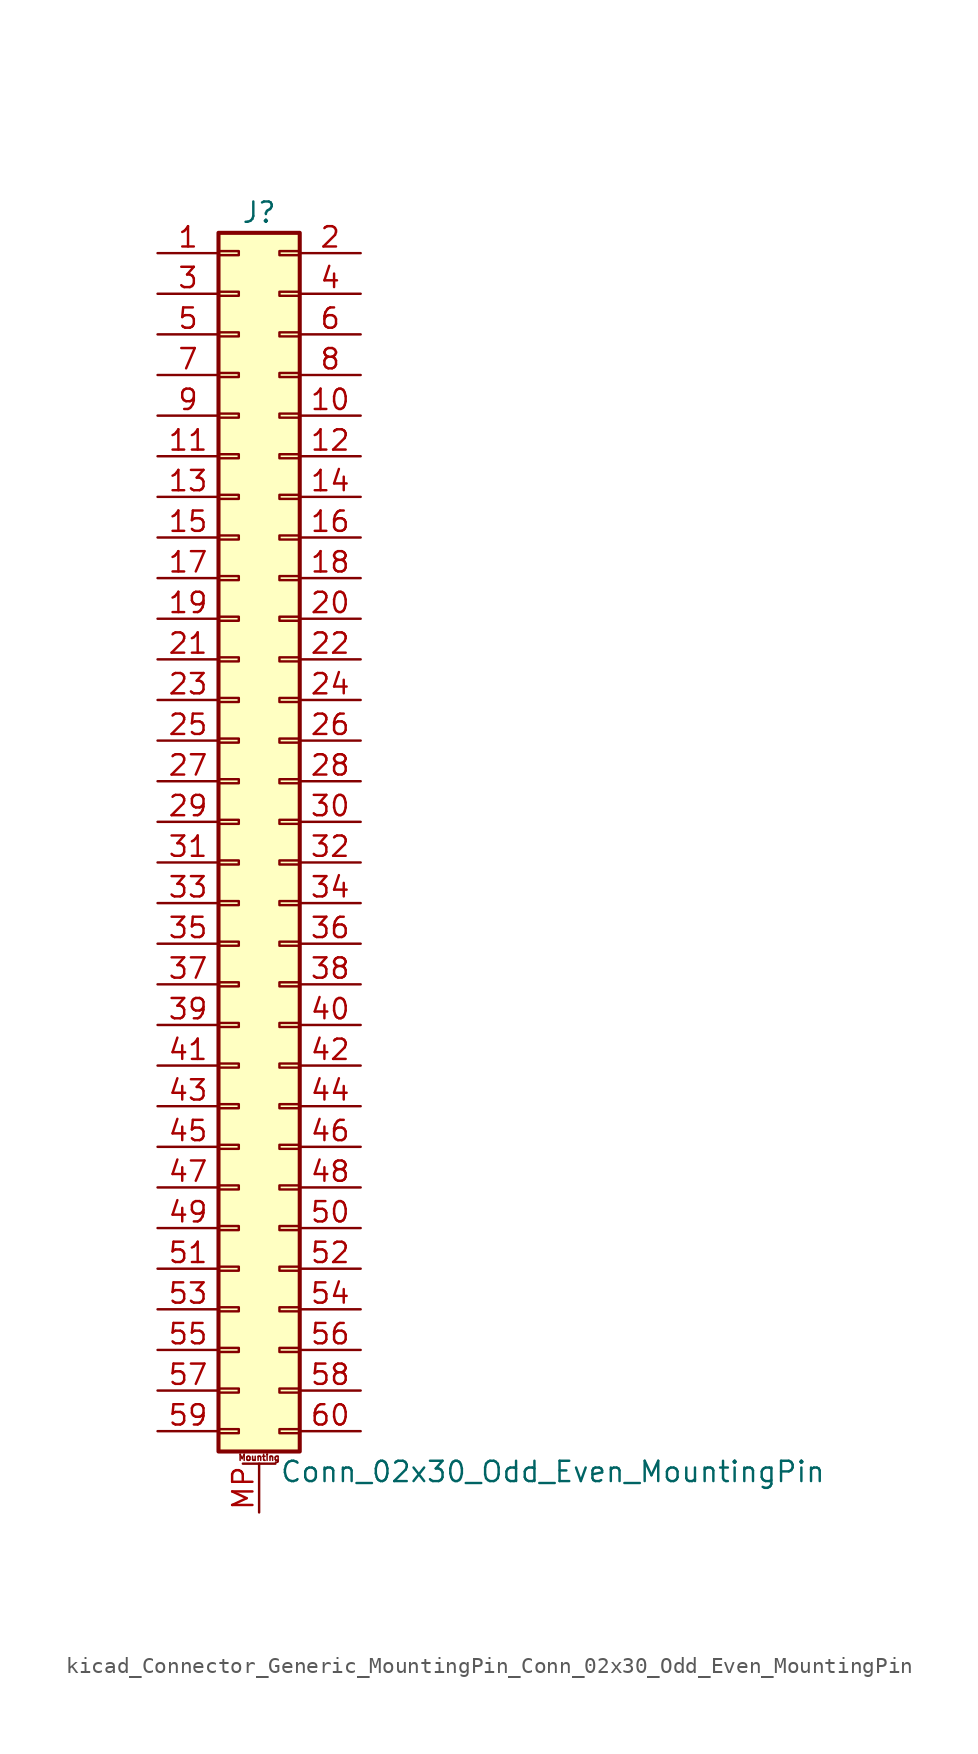
<source format=kicad_sym>
(kicad_symbol_lib
  (version 20220914)
  (generator kicad_symbol_editor)
  (symbol "kicad_Connector_Generic_MountingPin_Conn_02x30_Odd_Even_MountingPin"
    (pin_names
      (offset 1.016) hide)
    (property "Reference" "J"
      (at 1.27 38.1 0)
      (effects (font (size 1.27 1.27))))
    (property "Value" "Conn_02x30_Odd_Even_MountingPin"
      (at 2.54 -40.64 0)
      (effects (font (size 1.27 1.27)) (justify left)))
    (symbol "kicad_Connector_Generic_MountingPin_Conn_02x30_Odd_Even_MountingPin_1_1"
      (rectangle (start -1.27 -37.973) (end 0 -38.227) (stroke (width 0.152) (type default)) (fill (type none)))
      (rectangle (start -1.27 -35.433) (end 0 -35.687) (stroke (width 0.152) (type default)) (fill (type none)))
      (rectangle (start -1.27 -32.893) (end 0 -33.147) (stroke (width 0.152) (type default)) (fill (type none)))
      (rectangle (start -1.27 -30.353) (end 0 -30.607) (stroke (width 0.152) (type default)) (fill (type none)))
      (rectangle (start -1.27 -27.813) (end 0 -28.067) (stroke (width 0.152) (type default)) (fill (type none)))
      (rectangle (start -1.27 -25.273) (end 0 -25.527) (stroke (width 0.152) (type default)) (fill (type none)))
      (rectangle (start -1.27 -22.733) (end 0 -22.987) (stroke (width 0.152) (type default)) (fill (type none)))
      (rectangle (start -1.27 -20.193) (end 0 -20.447) (stroke (width 0.152) (type default)) (fill (type none)))
      (rectangle (start -1.27 -17.653) (end 0 -17.907) (stroke (width 0.152) (type default)) (fill (type none)))
      (rectangle (start -1.27 -15.113) (end 0 -15.367) (stroke (width 0.152) (type default)) (fill (type none)))
      (rectangle (start -1.27 -12.573) (end 0 -12.827) (stroke (width 0.152) (type default)) (fill (type none)))
      (rectangle (start -1.27 -10.033) (end 0 -10.287) (stroke (width 0.152) (type default)) (fill (type none)))
      (rectangle (start -1.27 -7.493) (end 0 -7.747) (stroke (width 0.152) (type default)) (fill (type none)))
      (rectangle (start -1.27 -4.953) (end 0 -5.207) (stroke (width 0.152) (type default)) (fill (type none)))
      (rectangle (start -1.27 -2.413) (end 0 -2.667) (stroke (width 0.152) (type default)) (fill (type none)))
      (rectangle (start -1.27 0.127) (end 0 -0.127) (stroke (width 0.152) (type default)) (fill (type none)))
      (rectangle (start -1.27 2.667) (end 0 2.413) (stroke (width 0.152) (type default)) (fill (type none)))
      (rectangle (start -1.27 5.207) (end 0 4.953) (stroke (width 0.152) (type default)) (fill (type none)))
      (rectangle (start -1.27 7.747) (end 0 7.493) (stroke (width 0.152) (type default)) (fill (type none)))
      (rectangle (start -1.27 10.287) (end 0 10.033) (stroke (width 0.152) (type default)) (fill (type none)))
      (rectangle (start -1.27 12.827) (end 0 12.573) (stroke (width 0.152) (type default)) (fill (type none)))
      (rectangle (start -1.27 15.367) (end 0 15.113) (stroke (width 0.152) (type default)) (fill (type none)))
      (rectangle (start -1.27 17.907) (end 0 17.653) (stroke (width 0.152) (type default)) (fill (type none)))
      (rectangle (start -1.27 20.447) (end 0 20.193) (stroke (width 0.152) (type default)) (fill (type none)))
      (rectangle (start -1.27 22.987) (end 0 22.733) (stroke (width 0.152) (type default)) (fill (type none)))
      (rectangle (start -1.27 25.527) (end 0 25.273) (stroke (width 0.152) (type default)) (fill (type none)))
      (rectangle (start -1.27 28.067) (end 0 27.813) (stroke (width 0.152) (type default)) (fill (type none)))
      (rectangle (start -1.27 30.607) (end 0 30.353) (stroke (width 0.152) (type default)) (fill (type none)))
      (rectangle (start -1.27 33.147) (end 0 32.893) (stroke (width 0.152) (type default)) (fill (type none)))
      (rectangle (start -1.27 35.687) (end 0 35.433) (stroke (width 0.152) (type default)) (fill (type none)))
      (rectangle (start -1.27 36.83) (end 3.81 -39.37) (stroke (width 0.254) (type default)) (fill (type background)))
      (polyline (pts (xy 0.254 -40.132) (xy 2.286 -40.132)) (stroke (width 0.152) (type default)) (fill (type none)))
      (rectangle (start 3.81 -37.973) (end 2.54 -38.227) (stroke (width 0.152) (type default)) (fill (type none)))
      (rectangle (start 3.81 -35.433) (end 2.54 -35.687) (stroke (width 0.152) (type default)) (fill (type none)))
      (rectangle (start 3.81 -32.893) (end 2.54 -33.147) (stroke (width 0.152) (type default)) (fill (type none)))
      (rectangle (start 3.81 -30.353) (end 2.54 -30.607) (stroke (width 0.152) (type default)) (fill (type none)))
      (rectangle (start 3.81 -27.813) (end 2.54 -28.067) (stroke (width 0.152) (type default)) (fill (type none)))
      (rectangle (start 3.81 -25.273) (end 2.54 -25.527) (stroke (width 0.152) (type default)) (fill (type none)))
      (rectangle (start 3.81 -22.733) (end 2.54 -22.987) (stroke (width 0.152) (type default)) (fill (type none)))
      (rectangle (start 3.81 -20.193) (end 2.54 -20.447) (stroke (width 0.152) (type default)) (fill (type none)))
      (rectangle (start 3.81 -17.653) (end 2.54 -17.907) (stroke (width 0.152) (type default)) (fill (type none)))
      (rectangle (start 3.81 -15.113) (end 2.54 -15.367) (stroke (width 0.152) (type default)) (fill (type none)))
      (rectangle (start 3.81 -12.573) (end 2.54 -12.827) (stroke (width 0.152) (type default)) (fill (type none)))
      (rectangle (start 3.81 -10.033) (end 2.54 -10.287) (stroke (width 0.152) (type default)) (fill (type none)))
      (rectangle (start 3.81 -7.493) (end 2.54 -7.747) (stroke (width 0.152) (type default)) (fill (type none)))
      (rectangle (start 3.81 -4.953) (end 2.54 -5.207) (stroke (width 0.152) (type default)) (fill (type none)))
      (rectangle (start 3.81 -2.413) (end 2.54 -2.667) (stroke (width 0.152) (type default)) (fill (type none)))
      (rectangle (start 3.81 0.127) (end 2.54 -0.127) (stroke (width 0.152) (type default)) (fill (type none)))
      (rectangle (start 3.81 2.667) (end 2.54 2.413) (stroke (width 0.152) (type default)) (fill (type none)))
      (rectangle (start 3.81 5.207) (end 2.54 4.953) (stroke (width 0.152) (type default)) (fill (type none)))
      (rectangle (start 3.81 7.747) (end 2.54 7.493) (stroke (width 0.152) (type default)) (fill (type none)))
      (rectangle (start 3.81 10.287) (end 2.54 10.033) (stroke (width 0.152) (type default)) (fill (type none)))
      (rectangle (start 3.81 12.827) (end 2.54 12.573) (stroke (width 0.152) (type default)) (fill (type none)))
      (rectangle (start 3.81 15.367) (end 2.54 15.113) (stroke (width 0.152) (type default)) (fill (type none)))
      (rectangle (start 3.81 17.907) (end 2.54 17.653) (stroke (width 0.152) (type default)) (fill (type none)))
      (rectangle (start 3.81 20.447) (end 2.54 20.193) (stroke (width 0.152) (type default)) (fill (type none)))
      (rectangle (start 3.81 22.987) (end 2.54 22.733) (stroke (width 0.152) (type default)) (fill (type none)))
      (rectangle (start 3.81 25.527) (end 2.54 25.273) (stroke (width 0.152) (type default)) (fill (type none)))
      (rectangle (start 3.81 28.067) (end 2.54 27.813) (stroke (width 0.152) (type default)) (fill (type none)))
      (rectangle (start 3.81 30.607) (end 2.54 30.353) (stroke (width 0.152) (type default)) (fill (type none)))
      (rectangle (start 3.81 33.147) (end 2.54 32.893) (stroke (width 0.152) (type default)) (fill (type none)))
      (rectangle (start 3.81 35.687) (end 2.54 35.433) (stroke (width 0.152) (type default)) (fill (type none)))
      (text "Mounting" (at 1.27 -39.751 0) (effects (font (size 0.381 0.381))))
      (pin passive line (at -5.08 35.56 0) (length 3.81) (name "Pin_1" (effects (font (size 1.27 1.27)))) (number "1" (effects (font (size 1.27 1.27)))))
      (pin passive line (at 7.62 25.4 180) (length 3.81) (name "Pin_10" (effects (font (size 1.27 1.27)))) (number "10" (effects (font (size 1.27 1.27)))))
      (pin passive line (at -5.08 22.86 0) (length 3.81) (name "Pin_11" (effects (font (size 1.27 1.27)))) (number "11" (effects (font (size 1.27 1.27)))))
      (pin passive line (at 7.62 22.86 180) (length 3.81) (name "Pin_12" (effects (font (size 1.27 1.27)))) (number "12" (effects (font (size 1.27 1.27)))))
      (pin passive line (at -5.08 20.32 0) (length 3.81) (name "Pin_13" (effects (font (size 1.27 1.27)))) (number "13" (effects (font (size 1.27 1.27)))))
      (pin passive line (at 7.62 20.32 180) (length 3.81) (name "Pin_14" (effects (font (size 1.27 1.27)))) (number "14" (effects (font (size 1.27 1.27)))))
      (pin passive line (at -5.08 17.78 0) (length 3.81) (name "Pin_15" (effects (font (size 1.27 1.27)))) (number "15" (effects (font (size 1.27 1.27)))))
      (pin passive line (at 7.62 17.78 180) (length 3.81) (name "Pin_16" (effects (font (size 1.27 1.27)))) (number "16" (effects (font (size 1.27 1.27)))))
      (pin passive line (at -5.08 15.24 0) (length 3.81) (name "Pin_17" (effects (font (size 1.27 1.27)))) (number "17" (effects (font (size 1.27 1.27)))))
      (pin passive line (at 7.62 15.24 180) (length 3.81) (name "Pin_18" (effects (font (size 1.27 1.27)))) (number "18" (effects (font (size 1.27 1.27)))))
      (pin passive line (at -5.08 12.7 0) (length 3.81) (name "Pin_19" (effects (font (size 1.27 1.27)))) (number "19" (effects (font (size 1.27 1.27)))))
      (pin passive line (at 7.62 35.56 180) (length 3.81) (name "Pin_2" (effects (font (size 1.27 1.27)))) (number "2" (effects (font (size 1.27 1.27)))))
      (pin passive line (at 7.62 12.7 180) (length 3.81) (name "Pin_20" (effects (font (size 1.27 1.27)))) (number "20" (effects (font (size 1.27 1.27)))))
      (pin passive line (at -5.08 10.16 0) (length 3.81) (name "Pin_21" (effects (font (size 1.27 1.27)))) (number "21" (effects (font (size 1.27 1.27)))))
      (pin passive line (at 7.62 10.16 180) (length 3.81) (name "Pin_22" (effects (font (size 1.27 1.27)))) (number "22" (effects (font (size 1.27 1.27)))))
      (pin passive line (at -5.08 7.62 0) (length 3.81) (name "Pin_23" (effects (font (size 1.27 1.27)))) (number "23" (effects (font (size 1.27 1.27)))))
      (pin passive line (at 7.62 7.62 180) (length 3.81) (name "Pin_24" (effects (font (size 1.27 1.27)))) (number "24" (effects (font (size 1.27 1.27)))))
      (pin passive line (at -5.08 5.08 0) (length 3.81) (name "Pin_25" (effects (font (size 1.27 1.27)))) (number "25" (effects (font (size 1.27 1.27)))))
      (pin passive line (at 7.62 5.08 180) (length 3.81) (name "Pin_26" (effects (font (size 1.27 1.27)))) (number "26" (effects (font (size 1.27 1.27)))))
      (pin passive line (at -5.08 2.54 0) (length 3.81) (name "Pin_27" (effects (font (size 1.27 1.27)))) (number "27" (effects (font (size 1.27 1.27)))))
      (pin passive line (at 7.62 2.54 180) (length 3.81) (name "Pin_28" (effects (font (size 1.27 1.27)))) (number "28" (effects (font (size 1.27 1.27)))))
      (pin passive line (at -5.08 0 0) (length 3.81) (name "Pin_29" (effects (font (size 1.27 1.27)))) (number "29" (effects (font (size 1.27 1.27)))))
      (pin passive line (at -5.08 33.02 0) (length 3.81) (name "Pin_3" (effects (font (size 1.27 1.27)))) (number "3" (effects (font (size 1.27 1.27)))))
      (pin passive line (at 7.62 0 180) (length 3.81) (name "Pin_30" (effects (font (size 1.27 1.27)))) (number "30" (effects (font (size 1.27 1.27)))))
      (pin passive line (at -5.08 -2.54 0) (length 3.81) (name "Pin_31" (effects (font (size 1.27 1.27)))) (number "31" (effects (font (size 1.27 1.27)))))
      (pin passive line (at 7.62 -2.54 180) (length 3.81) (name "Pin_32" (effects (font (size 1.27 1.27)))) (number "32" (effects (font (size 1.27 1.27)))))
      (pin passive line (at -5.08 -5.08 0) (length 3.81) (name "Pin_33" (effects (font (size 1.27 1.27)))) (number "33" (effects (font (size 1.27 1.27)))))
      (pin passive line (at 7.62 -5.08 180) (length 3.81) (name "Pin_34" (effects (font (size 1.27 1.27)))) (number "34" (effects (font (size 1.27 1.27)))))
      (pin passive line (at -5.08 -7.62 0) (length 3.81) (name "Pin_35" (effects (font (size 1.27 1.27)))) (number "35" (effects (font (size 1.27 1.27)))))
      (pin passive line (at 7.62 -7.62 180) (length 3.81) (name "Pin_36" (effects (font (size 1.27 1.27)))) (number "36" (effects (font (size 1.27 1.27)))))
      (pin passive line (at -5.08 -10.16 0) (length 3.81) (name "Pin_37" (effects (font (size 1.27 1.27)))) (number "37" (effects (font (size 1.27 1.27)))))
      (pin passive line (at 7.62 -10.16 180) (length 3.81) (name "Pin_38" (effects (font (size 1.27 1.27)))) (number "38" (effects (font (size 1.27 1.27)))))
      (pin passive line (at -5.08 -12.7 0) (length 3.81) (name "Pin_39" (effects (font (size 1.27 1.27)))) (number "39" (effects (font (size 1.27 1.27)))))
      (pin passive line (at 7.62 33.02 180) (length 3.81) (name "Pin_4" (effects (font (size 1.27 1.27)))) (number "4" (effects (font (size 1.27 1.27)))))
      (pin passive line (at 7.62 -12.7 180) (length 3.81) (name "Pin_40" (effects (font (size 1.27 1.27)))) (number "40" (effects (font (size 1.27 1.27)))))
      (pin passive line (at -5.08 -15.24 0) (length 3.81) (name "Pin_41" (effects (font (size 1.27 1.27)))) (number "41" (effects (font (size 1.27 1.27)))))
      (pin passive line (at 7.62 -15.24 180) (length 3.81) (name "Pin_42" (effects (font (size 1.27 1.27)))) (number "42" (effects (font (size 1.27 1.27)))))
      (pin passive line (at -5.08 -17.78 0) (length 3.81) (name "Pin_43" (effects (font (size 1.27 1.27)))) (number "43" (effects (font (size 1.27 1.27)))))
      (pin passive line (at 7.62 -17.78 180) (length 3.81) (name "Pin_44" (effects (font (size 1.27 1.27)))) (number "44" (effects (font (size 1.27 1.27)))))
      (pin passive line (at -5.08 -20.32 0) (length 3.81) (name "Pin_45" (effects (font (size 1.27 1.27)))) (number "45" (effects (font (size 1.27 1.27)))))
      (pin passive line (at 7.62 -20.32 180) (length 3.81) (name "Pin_46" (effects (font (size 1.27 1.27)))) (number "46" (effects (font (size 1.27 1.27)))))
      (pin passive line (at -5.08 -22.86 0) (length 3.81) (name "Pin_47" (effects (font (size 1.27 1.27)))) (number "47" (effects (font (size 1.27 1.27)))))
      (pin passive line (at 7.62 -22.86 180) (length 3.81) (name "Pin_48" (effects (font (size 1.27 1.27)))) (number "48" (effects (font (size 1.27 1.27)))))
      (pin passive line (at -5.08 -25.4 0) (length 3.81) (name "Pin_49" (effects (font (size 1.27 1.27)))) (number "49" (effects (font (size 1.27 1.27)))))
      (pin passive line (at -5.08 30.48 0) (length 3.81) (name "Pin_5" (effects (font (size 1.27 1.27)))) (number "5" (effects (font (size 1.27 1.27)))))
      (pin passive line (at 7.62 -25.4 180) (length 3.81) (name "Pin_50" (effects (font (size 1.27 1.27)))) (number "50" (effects (font (size 1.27 1.27)))))
      (pin passive line (at -5.08 -27.94 0) (length 3.81) (name "Pin_51" (effects (font (size 1.27 1.27)))) (number "51" (effects (font (size 1.27 1.27)))))
      (pin passive line (at 7.62 -27.94 180) (length 3.81) (name "Pin_52" (effects (font (size 1.27 1.27)))) (number "52" (effects (font (size 1.27 1.27)))))
      (pin passive line (at -5.08 -30.48 0) (length 3.81) (name "Pin_53" (effects (font (size 1.27 1.27)))) (number "53" (effects (font (size 1.27 1.27)))))
      (pin passive line (at 7.62 -30.48 180) (length 3.81) (name "Pin_54" (effects (font (size 1.27 1.27)))) (number "54" (effects (font (size 1.27 1.27)))))
      (pin passive line (at -5.08 -33.02 0) (length 3.81) (name "Pin_55" (effects (font (size 1.27 1.27)))) (number "55" (effects (font (size 1.27 1.27)))))
      (pin passive line (at 7.62 -33.02 180) (length 3.81) (name "Pin_56" (effects (font (size 1.27 1.27)))) (number "56" (effects (font (size 1.27 1.27)))))
      (pin passive line (at -5.08 -35.56 0) (length 3.81) (name "Pin_57" (effects (font (size 1.27 1.27)))) (number "57" (effects (font (size 1.27 1.27)))))
      (pin passive line (at 7.62 -35.56 180) (length 3.81) (name "Pin_58" (effects (font (size 1.27 1.27)))) (number "58" (effects (font (size 1.27 1.27)))))
      (pin passive line (at -5.08 -38.1 0) (length 3.81) (name "Pin_59" (effects (font (size 1.27 1.27)))) (number "59" (effects (font (size 1.27 1.27)))))
      (pin passive line (at 7.62 30.48 180) (length 3.81) (name "Pin_6" (effects (font (size 1.27 1.27)))) (number "6" (effects (font (size 1.27 1.27)))))
      (pin passive line (at 7.62 -38.1 180) (length 3.81) (name "Pin_60" (effects (font (size 1.27 1.27)))) (number "60" (effects (font (size 1.27 1.27)))))
      (pin passive line (at -5.08 27.94 0) (length 3.81) (name "Pin_7" (effects (font (size 1.27 1.27)))) (number "7" (effects (font (size 1.27 1.27)))))
      (pin passive line (at 7.62 27.94 180) (length 3.81) (name "Pin_8" (effects (font (size 1.27 1.27)))) (number "8" (effects (font (size 1.27 1.27)))))
      (pin passive line (at -5.08 25.4 0) (length 3.81) (name "Pin_9" (effects (font (size 1.27 1.27)))) (number "9" (effects (font (size 1.27 1.27)))))
      (pin passive line (at 1.27 -43.18 90) (length 3.048) (name "MountPin" (effects (font (size 1.27 1.27)))) (number "MP" (effects (font (size 1.27 1.27))))))))
</source>
